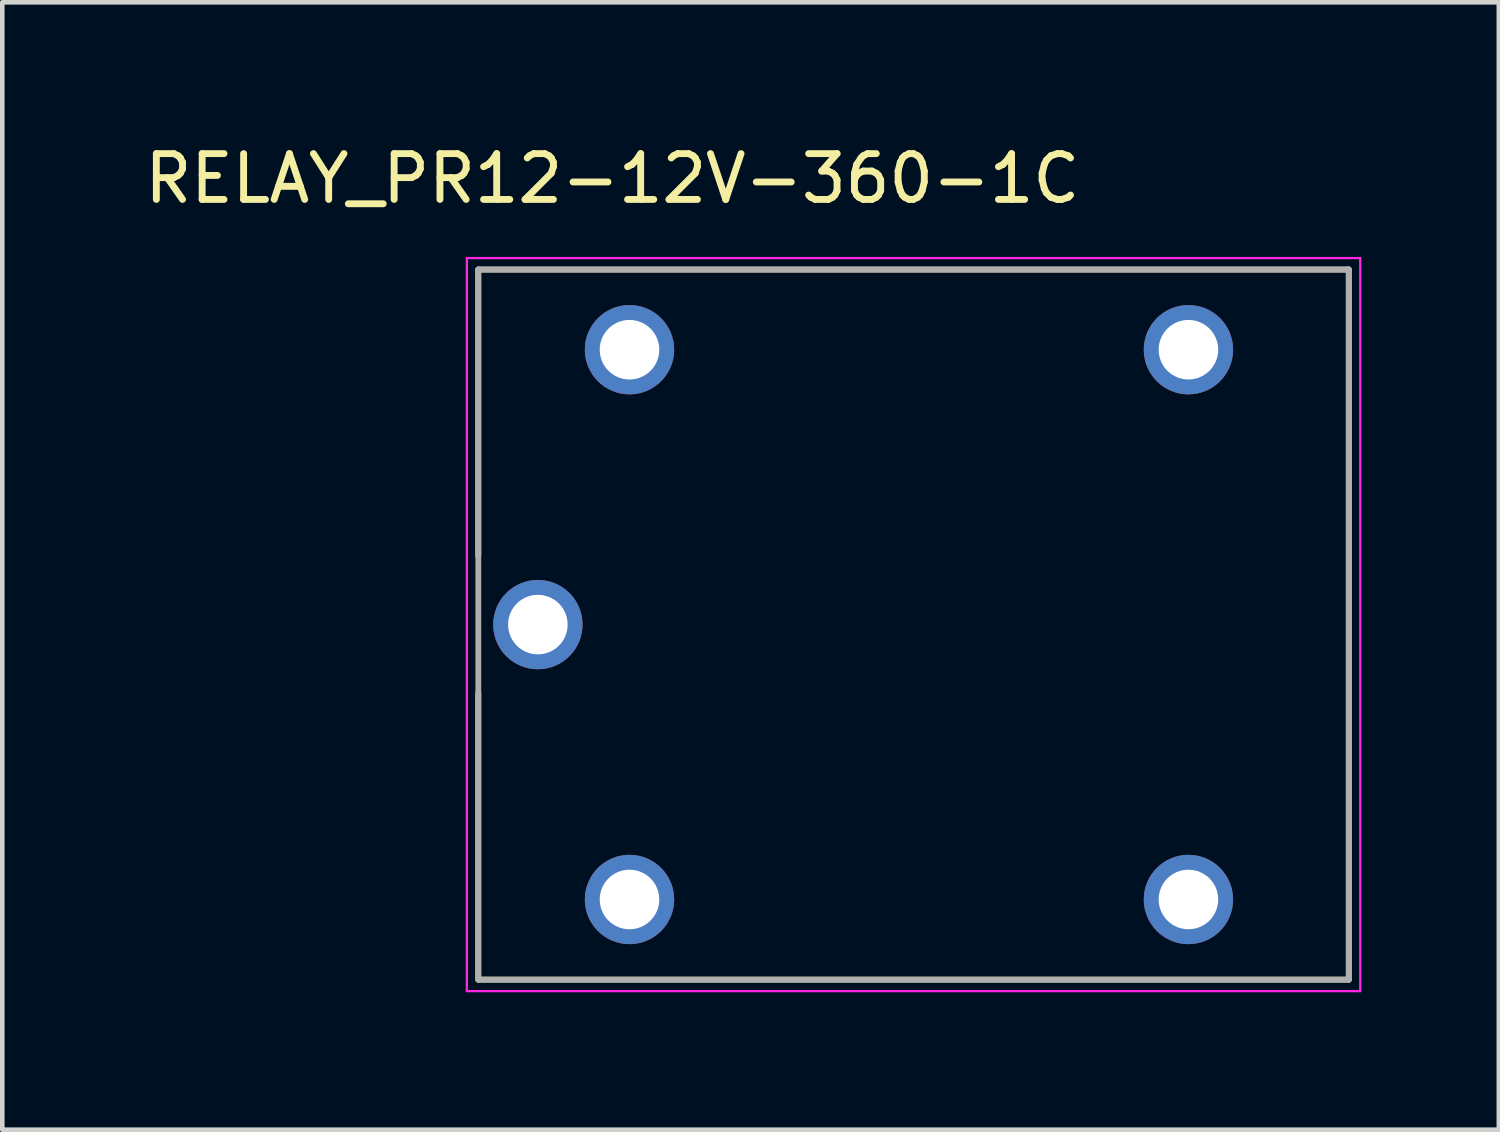
<source format=kicad_pcb>
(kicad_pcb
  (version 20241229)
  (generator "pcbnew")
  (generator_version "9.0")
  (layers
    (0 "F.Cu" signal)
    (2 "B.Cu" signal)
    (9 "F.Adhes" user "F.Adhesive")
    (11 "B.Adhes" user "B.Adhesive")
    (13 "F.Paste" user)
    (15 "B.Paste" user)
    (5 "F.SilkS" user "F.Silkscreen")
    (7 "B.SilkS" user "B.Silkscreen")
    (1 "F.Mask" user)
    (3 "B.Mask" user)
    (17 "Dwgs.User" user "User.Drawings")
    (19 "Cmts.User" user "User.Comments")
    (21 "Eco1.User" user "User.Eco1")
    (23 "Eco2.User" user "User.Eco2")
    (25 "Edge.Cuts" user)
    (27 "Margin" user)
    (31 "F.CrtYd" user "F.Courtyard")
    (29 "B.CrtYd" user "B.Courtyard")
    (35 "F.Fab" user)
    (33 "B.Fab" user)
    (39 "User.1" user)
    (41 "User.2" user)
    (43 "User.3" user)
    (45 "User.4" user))
  (footprint "RELAY_PR12-12V-360-1C"
    (layer "F.Cu")
    (at 16.89 10.583)
    (property "Reference" "RELAY_PR12-12V-360-1C" (at -6.575 -9.735 0) (layer "F.SilkS") (effects (font (size 1 1) (thickness 0.15))))
    (attr through_hole)
    (fp_line (start -9.5 -7.75) (end -9.5 -1.5) (stroke (width 0.127) (type solid)) (layer "F.SilkS"))
    (fp_line (start -9.5 7.75) (end -9.5 1.5) (stroke (width 0.127) (type solid)) (layer "F.SilkS"))
    (fp_line (start -9.5 7.75) (end 9.5 7.75) (stroke (width 0.127) (type solid)) (layer "F.SilkS"))
    (fp_line (start 9.5 -7.75) (end -9.5 -7.75) (stroke (width 0.127) (type solid)) (layer "F.SilkS"))
    (fp_line (start 9.5 7.75) (end 9.5 -7.75) (stroke (width 0.127) (type solid)) (layer "F.SilkS"))
    (fp_line (start -9.75 -8) (end -9.75 8) (stroke (width 0.05) (type solid)) (layer "F.CrtYd"))
    (fp_line (start -9.75 8) (end 9.75 8) (stroke (width 0.05) (type solid)) (layer "F.CrtYd"))
    (fp_line (start 9.75 -8) (end -9.75 -8) (stroke (width 0.05) (type solid)) (layer "F.CrtYd"))
    (fp_line (start 9.75 8) (end 9.75 -8) (stroke (width 0.05) (type solid)) (layer "F.CrtYd"))
    (fp_line (start -9.5 -7.75) (end -9.5 7.75) (stroke (width 0.127) (type solid)) (layer "F.Fab"))
    (fp_line (start -9.5 7.75) (end 9.5 7.75) (stroke (width 0.127) (type solid)) (layer "F.Fab"))
    (fp_line (start 9.5 -7.75) (end -9.5 -7.75) (stroke (width 0.127) (type solid)) (layer "F.Fab"))
    (fp_line (start 9.5 7.75) (end 9.5 -7.75) (stroke (width 0.127) (type solid)) (layer "F.Fab"))
    (pad "A1" thru_hole circle (at -6.2 -6) (size 1.95 1.95) (drill 1.3) (layers "*.Cu" "*.Mask"))
    (pad "A2" thru_hole circle (at -6.2 6) (size 1.95 1.95) (drill 1.3) (layers "*.Cu" "*.Mask"))
    (pad "COM" thru_hole circle (at -8.2 0) (size 1.95 1.95) (drill 1.3) (layers "*.Cu" "*.Mask"))
    (pad "NC" thru_hole circle (at 6 -6) (size 1.95 1.95) (drill 1.3) (layers "*.Cu" "*.Mask"))
    (pad "NO" thru_hole circle (at 6 6) (size 1.95 1.95) (drill 1.3) (layers "*.Cu" "*.Mask")))
  (gr_rect
    (start -3 -3)
    (end 29.665 21.608)
    (stroke (width 0.1) (type default))
    (fill no)
    (layer "Edge.Cuts")))
</source>
